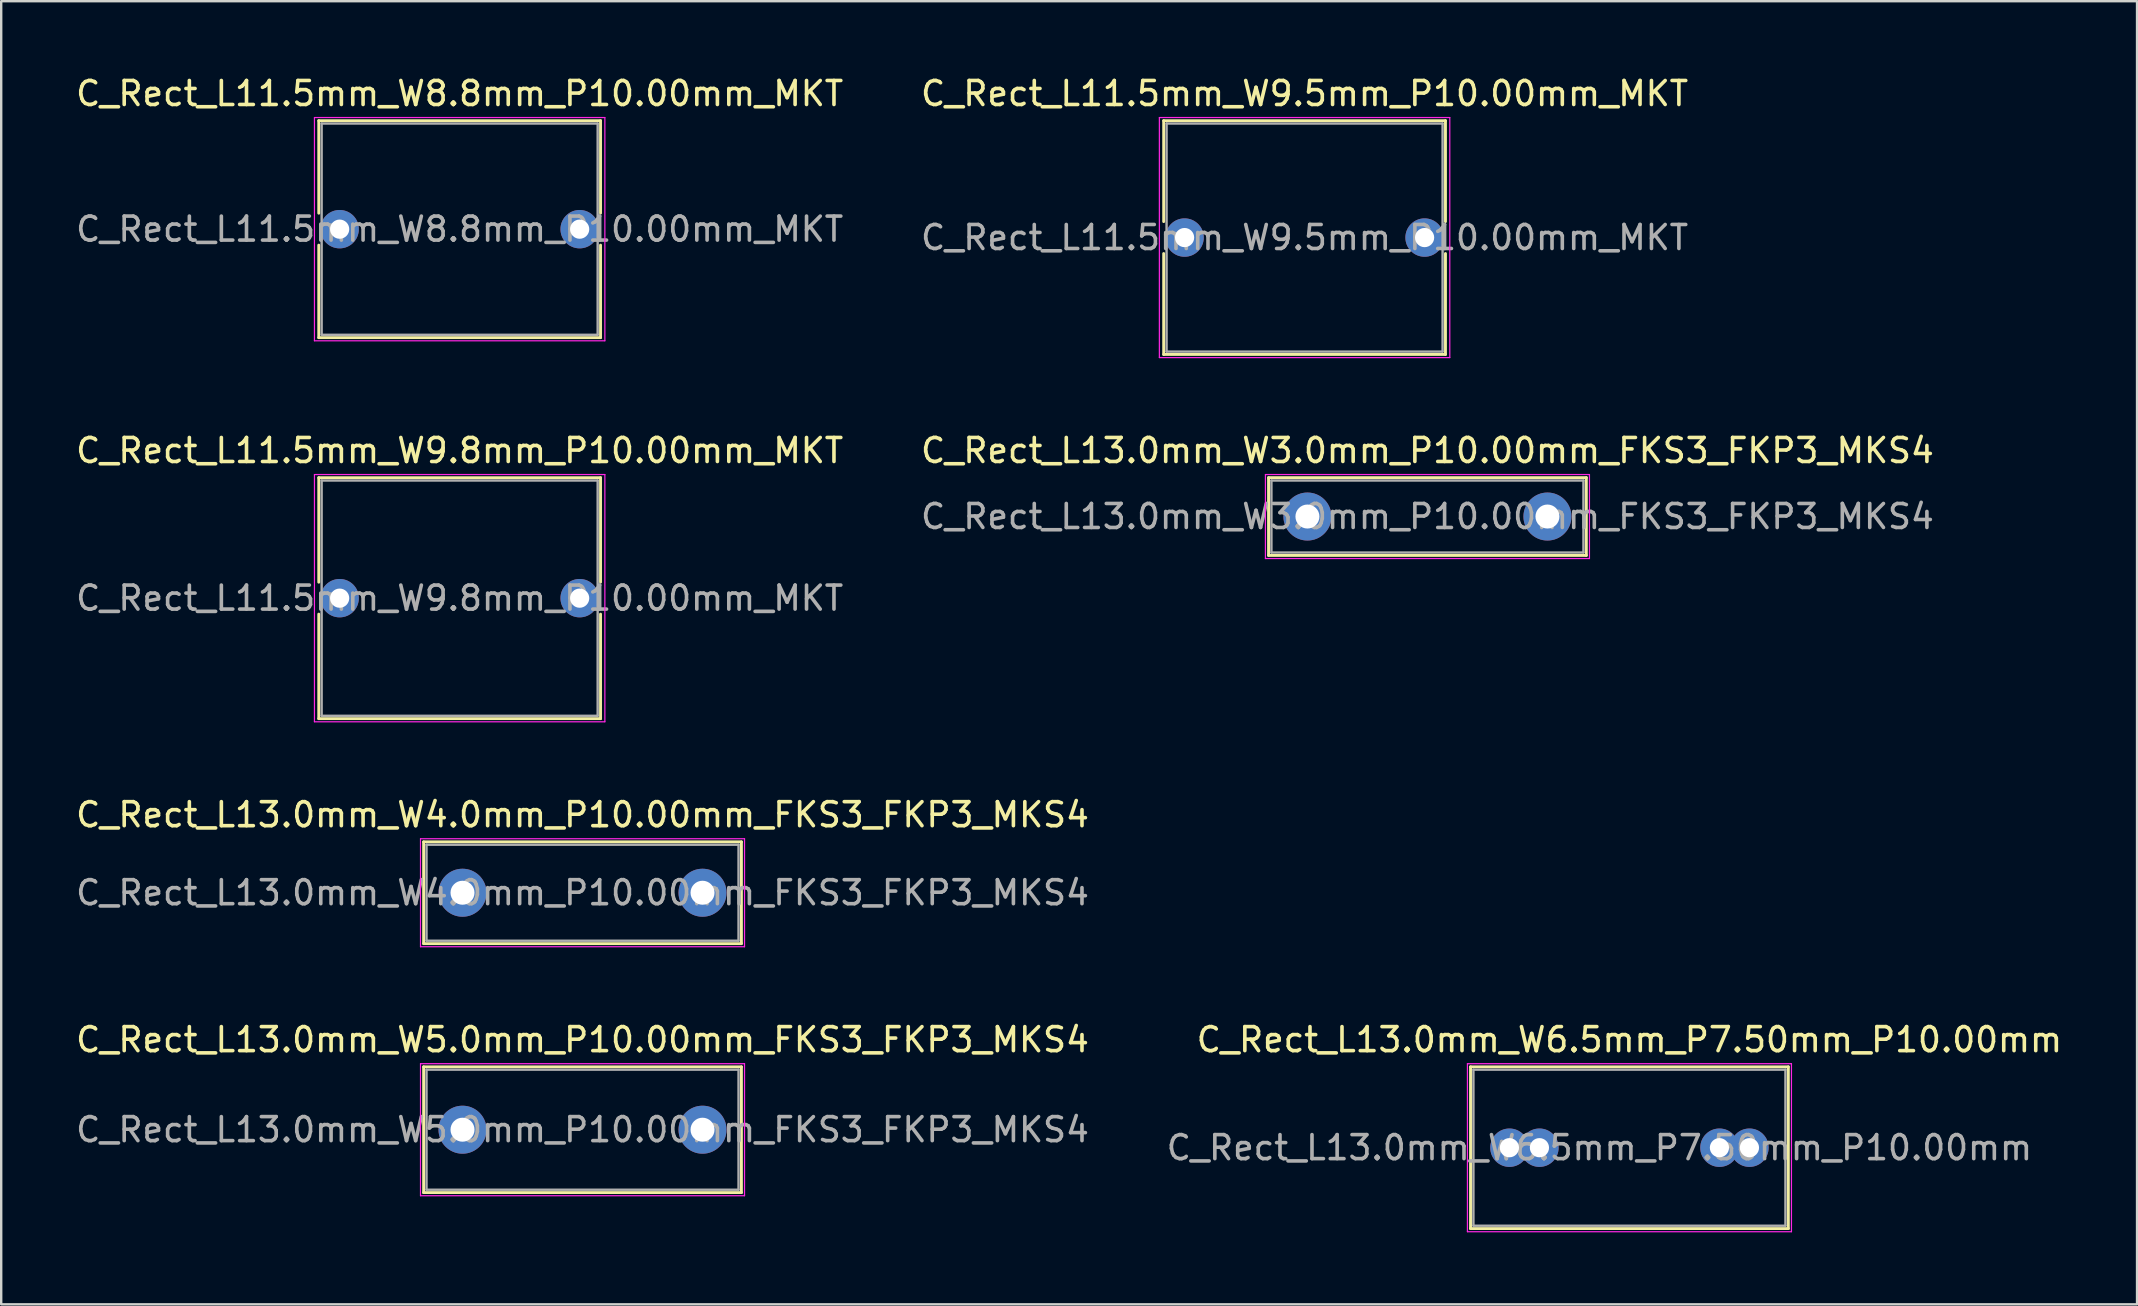
<source format=kicad_pcb>
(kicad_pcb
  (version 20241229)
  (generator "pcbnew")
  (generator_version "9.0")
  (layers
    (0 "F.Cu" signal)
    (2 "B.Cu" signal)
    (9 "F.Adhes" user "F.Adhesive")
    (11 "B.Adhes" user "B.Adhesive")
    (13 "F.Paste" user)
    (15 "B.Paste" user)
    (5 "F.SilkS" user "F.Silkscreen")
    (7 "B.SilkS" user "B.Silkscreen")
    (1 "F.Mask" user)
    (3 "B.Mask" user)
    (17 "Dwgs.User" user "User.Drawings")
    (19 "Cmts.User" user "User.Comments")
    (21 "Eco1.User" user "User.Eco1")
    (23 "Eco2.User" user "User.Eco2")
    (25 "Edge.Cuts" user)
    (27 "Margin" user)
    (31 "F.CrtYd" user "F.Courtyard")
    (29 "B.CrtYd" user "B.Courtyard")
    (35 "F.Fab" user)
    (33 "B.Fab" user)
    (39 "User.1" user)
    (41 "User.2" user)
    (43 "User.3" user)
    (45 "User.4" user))
  (footprint "C_Rect_L11.5mm_W9.5mm_P10.00mm_MKT"
    (layer "F.Cu")
    (at 46.304 6.848)
    (property "Reference" "C_Rect_L11.5mm_W9.5mm_P10.00mm_MKT" (at 5 -6 0) (layer "F.SilkS") (effects (font (size 1 1) (thickness 0.15))))
    (attr through_hole)
    (fp_line (start -0.87 -4.87) (end -0.87 -0.665) (stroke (width 0.12) (type solid)) (layer "F.SilkS"))
    (fp_line (start -0.87 -4.87) (end 10.87 -4.87) (stroke (width 0.12) (type solid)) (layer "F.SilkS"))
    (fp_line (start -0.87 0.665) (end -0.87 4.87) (stroke (width 0.12) (type solid)) (layer "F.SilkS"))
    (fp_line (start -0.87 4.87) (end 10.87 4.87) (stroke (width 0.12) (type solid)) (layer "F.SilkS"))
    (fp_line (start 10.87 -4.87) (end 10.87 -0.665) (stroke (width 0.12) (type solid)) (layer "F.SilkS"))
    (fp_line (start 10.87 0.665) (end 10.87 4.87) (stroke (width 0.12) (type solid)) (layer "F.SilkS"))
    (fp_line (start -1.05 -5) (end -1.05 5) (stroke (width 0.05) (type solid)) (layer "F.CrtYd"))
    (fp_line (start -1.05 5) (end 11.05 5) (stroke (width 0.05) (type solid)) (layer "F.CrtYd"))
    (fp_line (start 11.05 -5) (end -1.05 -5) (stroke (width 0.05) (type solid)) (layer "F.CrtYd"))
    (fp_line (start 11.05 5) (end 11.05 -5) (stroke (width 0.05) (type solid)) (layer "F.CrtYd"))
    (fp_line (start -0.75 -4.75) (end -0.75 4.75) (stroke (width 0.1) (type solid)) (layer "F.Fab"))
    (fp_line (start -0.75 4.75) (end 10.75 4.75) (stroke (width 0.1) (type solid)) (layer "F.Fab"))
    (fp_line (start 10.75 -4.75) (end -0.75 -4.75) (stroke (width 0.1) (type solid)) (layer "F.Fab"))
    (fp_line (start 10.75 4.75) (end 10.75 -4.75) (stroke (width 0.1) (type solid)) (layer "F.Fab"))
    (fp_text user "${REFERENCE}" (at 5 0 0) (layer "F.Fab") (effects (font (size 1 1) (thickness 0.15))))
    (pad "1" thru_hole circle (at 0 0) (size 1.6 1.6) (drill 0.8) (layers "*.Cu" "*.Mask"))
    (pad "2" thru_hole circle (at 10 0) (size 1.6 1.6) (drill 0.8) (layers "*.Cu" "*.Mask")))
  (footprint "C_Rect_L11.5mm_W8.8mm_P10.00mm_MKT"
    (layer "F.Cu")
    (at 11.101 6.498)
    (property "Reference" "C_Rect_L11.5mm_W8.8mm_P10.00mm_MKT" (at 5 -5.65 0) (layer "F.SilkS") (effects (font (size 1 1) (thickness 0.15))))
    (attr through_hole)
    (fp_line (start -0.87 -4.52) (end -0.87 -0.665) (stroke (width 0.12) (type solid)) (layer "F.SilkS"))
    (fp_line (start -0.87 -4.52) (end 10.87 -4.52) (stroke (width 0.12) (type solid)) (layer "F.SilkS"))
    (fp_line (start -0.87 0.665) (end -0.87 4.52) (stroke (width 0.12) (type solid)) (layer "F.SilkS"))
    (fp_line (start -0.87 4.52) (end 10.87 4.52) (stroke (width 0.12) (type solid)) (layer "F.SilkS"))
    (fp_line (start 10.87 -4.52) (end 10.87 -0.665) (stroke (width 0.12) (type solid)) (layer "F.SilkS"))
    (fp_line (start 10.87 0.665) (end 10.87 4.52) (stroke (width 0.12) (type solid)) (layer "F.SilkS"))
    (fp_line (start -1.05 -4.65) (end -1.05 4.65) (stroke (width 0.05) (type solid)) (layer "F.CrtYd"))
    (fp_line (start -1.05 4.65) (end 11.05 4.65) (stroke (width 0.05) (type solid)) (layer "F.CrtYd"))
    (fp_line (start 11.05 -4.65) (end -1.05 -4.65) (stroke (width 0.05) (type solid)) (layer "F.CrtYd"))
    (fp_line (start 11.05 4.65) (end 11.05 -4.65) (stroke (width 0.05) (type solid)) (layer "F.CrtYd"))
    (fp_line (start -0.75 -4.4) (end -0.75 4.4) (stroke (width 0.1) (type solid)) (layer "F.Fab"))
    (fp_line (start -0.75 4.4) (end 10.75 4.4) (stroke (width 0.1) (type solid)) (layer "F.Fab"))
    (fp_line (start 10.75 -4.4) (end -0.75 -4.4) (stroke (width 0.1) (type solid)) (layer "F.Fab"))
    (fp_line (start 10.75 4.4) (end 10.75 -4.4) (stroke (width 0.1) (type solid)) (layer "F.Fab"))
    (fp_text user "${REFERENCE}" (at 5 0 0) (layer "F.Fab") (effects (font (size 1 1) (thickness 0.15))))
    (pad "1" thru_hole circle (at 0 0) (size 1.6 1.6) (drill 0.8) (layers "*.Cu" "*.Mask"))
    (pad "2" thru_hole circle (at 10 0) (size 1.6 1.6) (drill 0.8) (layers "*.Cu" "*.Mask")))
  (footprint "C_Rect_L11.5mm_W9.8mm_P10.00mm_MKT"
    (layer "F.Cu")
    (at 11.101 21.872)
    (property "Reference" "C_Rect_L11.5mm_W9.8mm_P10.00mm_MKT" (at 5 -6.15 0) (layer "F.SilkS") (effects (font (size 1 1) (thickness 0.15))))
    (attr through_hole)
    (fp_line (start -0.87 -5.02) (end -0.87 -0.665) (stroke (width 0.12) (type solid)) (layer "F.SilkS"))
    (fp_line (start -0.87 -5.02) (end 10.87 -5.02) (stroke (width 0.12) (type solid)) (layer "F.SilkS"))
    (fp_line (start -0.87 0.665) (end -0.87 5.02) (stroke (width 0.12) (type solid)) (layer "F.SilkS"))
    (fp_line (start -0.87 5.02) (end 10.87 5.02) (stroke (width 0.12) (type solid)) (layer "F.SilkS"))
    (fp_line (start 10.87 -5.02) (end 10.87 -0.665) (stroke (width 0.12) (type solid)) (layer "F.SilkS"))
    (fp_line (start 10.87 0.665) (end 10.87 5.02) (stroke (width 0.12) (type solid)) (layer "F.SilkS"))
    (fp_line (start -1.05 -5.15) (end -1.05 5.15) (stroke (width 0.05) (type solid)) (layer "F.CrtYd"))
    (fp_line (start -1.05 5.15) (end 11.05 5.15) (stroke (width 0.05) (type solid)) (layer "F.CrtYd"))
    (fp_line (start 11.05 -5.15) (end -1.05 -5.15) (stroke (width 0.05) (type solid)) (layer "F.CrtYd"))
    (fp_line (start 11.05 5.15) (end 11.05 -5.15) (stroke (width 0.05) (type solid)) (layer "F.CrtYd"))
    (fp_line (start -0.75 -4.9) (end -0.75 4.9) (stroke (width 0.1) (type solid)) (layer "F.Fab"))
    (fp_line (start -0.75 4.9) (end 10.75 4.9) (stroke (width 0.1) (type solid)) (layer "F.Fab"))
    (fp_line (start 10.75 -4.9) (end -0.75 -4.9) (stroke (width 0.1) (type solid)) (layer "F.Fab"))
    (fp_line (start 10.75 4.9) (end 10.75 -4.9) (stroke (width 0.1) (type solid)) (layer "F.Fab"))
    (fp_text user "${REFERENCE}" (at 5 0 0) (layer "F.Fab") (effects (font (size 1 1) (thickness 0.15))))
    (pad "1" thru_hole circle (at 0 0) (size 1.6 1.6) (drill 0.8) (layers "*.Cu" "*.Mask"))
    (pad "2" thru_hole circle (at 10 0) (size 1.6 1.6) (drill 0.8) (layers "*.Cu" "*.Mask")))
  (footprint "C_Rect_L13.0mm_W5.0mm_P10.00mm_FKS3_FKP3_MKS4"
    (layer "F.Cu")
    (at 16.22 44.018)
    (property "Reference" "C_Rect_L13.0mm_W5.0mm_P10.00mm_FKS3_FKP3_MKS4" (at 5 -3.75 0) (layer "F.SilkS") (effects (font (size 1 1) (thickness 0.15))))
    (attr through_hole)
    (fp_line (start -1.62 -2.62) (end -1.62 2.62) (stroke (width 0.12) (type solid)) (layer "F.SilkS"))
    (fp_line (start -1.62 -2.62) (end 11.62 -2.62) (stroke (width 0.12) (type solid)) (layer "F.SilkS"))
    (fp_line (start -1.62 2.62) (end 11.62 2.62) (stroke (width 0.12) (type solid)) (layer "F.SilkS"))
    (fp_line (start 11.62 -2.62) (end 11.62 2.62) (stroke (width 0.12) (type solid)) (layer "F.SilkS"))
    (fp_line (start -1.75 -2.75) (end -1.75 2.75) (stroke (width 0.05) (type solid)) (layer "F.CrtYd"))
    (fp_line (start -1.75 2.75) (end 11.75 2.75) (stroke (width 0.05) (type solid)) (layer "F.CrtYd"))
    (fp_line (start 11.75 -2.75) (end -1.75 -2.75) (stroke (width 0.05) (type solid)) (layer "F.CrtYd"))
    (fp_line (start 11.75 2.75) (end 11.75 -2.75) (stroke (width 0.05) (type solid)) (layer "F.CrtYd"))
    (fp_line (start -1.5 -2.5) (end -1.5 2.5) (stroke (width 0.1) (type solid)) (layer "F.Fab"))
    (fp_line (start -1.5 2.5) (end 11.5 2.5) (stroke (width 0.1) (type solid)) (layer "F.Fab"))
    (fp_line (start 11.5 -2.5) (end -1.5 -2.5) (stroke (width 0.1) (type solid)) (layer "F.Fab"))
    (fp_line (start 11.5 2.5) (end 11.5 -2.5) (stroke (width 0.1) (type solid)) (layer "F.Fab"))
    (fp_text user "${REFERENCE}" (at 5 0 0) (layer "F.Fab") (effects (font (size 1 1) (thickness 0.15))))
    (pad "1" thru_hole circle (at 0 0) (size 2 2) (drill 1) (layers "*.Cu" "*.Mask"))
    (pad "2" thru_hole circle (at 10 0) (size 2 2) (drill 1) (layers "*.Cu" "*.Mask")))
  (footprint "C_Rect_L13.0mm_W4.0mm_P10.00mm_FKS3_FKP3_MKS4"
    (layer "F.Cu")
    (at 16.22 34.145)
    (property "Reference" "C_Rect_L13.0mm_W4.0mm_P10.00mm_FKS3_FKP3_MKS4" (at 5 -3.25 0) (layer "F.SilkS") (effects (font (size 1 1) (thickness 0.15))))
    (attr through_hole)
    (fp_line (start -1.62 -2.12) (end -1.62 2.12) (stroke (width 0.12) (type solid)) (layer "F.SilkS"))
    (fp_line (start -1.62 -2.12) (end 11.62 -2.12) (stroke (width 0.12) (type solid)) (layer "F.SilkS"))
    (fp_line (start -1.62 2.12) (end 11.62 2.12) (stroke (width 0.12) (type solid)) (layer "F.SilkS"))
    (fp_line (start 11.62 -2.12) (end 11.62 2.12) (stroke (width 0.12) (type solid)) (layer "F.SilkS"))
    (fp_line (start -1.75 -2.25) (end -1.75 2.25) (stroke (width 0.05) (type solid)) (layer "F.CrtYd"))
    (fp_line (start -1.75 2.25) (end 11.75 2.25) (stroke (width 0.05) (type solid)) (layer "F.CrtYd"))
    (fp_line (start 11.75 -2.25) (end -1.75 -2.25) (stroke (width 0.05) (type solid)) (layer "F.CrtYd"))
    (fp_line (start 11.75 2.25) (end 11.75 -2.25) (stroke (width 0.05) (type solid)) (layer "F.CrtYd"))
    (fp_line (start -1.5 -2) (end -1.5 2) (stroke (width 0.1) (type solid)) (layer "F.Fab"))
    (fp_line (start -1.5 2) (end 11.5 2) (stroke (width 0.1) (type solid)) (layer "F.Fab"))
    (fp_line (start 11.5 -2) (end -1.5 -2) (stroke (width 0.1) (type solid)) (layer "F.Fab"))
    (fp_line (start 11.5 2) (end 11.5 -2) (stroke (width 0.1) (type solid)) (layer "F.Fab"))
    (fp_text user "${REFERENCE}" (at 5 0 0) (layer "F.Fab") (effects (font (size 1 1) (thickness 0.15))))
    (pad "1" thru_hole circle (at 0 0) (size 2 2) (drill 1) (layers "*.Cu" "*.Mask"))
    (pad "2" thru_hole circle (at 10 0) (size 2 2) (drill 1) (layers "*.Cu" "*.Mask")))
  (footprint "C_Rect_L13.0mm_W6.5mm_P7.50mm_P10.00mm"
    (layer "F.Cu")
    (at 59.839 44.768)
    (property "Reference" "C_Rect_L13.0mm_W6.5mm_P7.50mm_P10.00mm" (at 5 -4.5 0) (layer "F.SilkS") (effects (font (size 1 1) (thickness 0.15))))
    (attr through_hole)
    (fp_line (start -1.62 -3.37) (end -1.62 3.37) (stroke (width 0.12) (type solid)) (layer "F.SilkS"))
    (fp_line (start -1.62 -3.37) (end 11.62 -3.37) (stroke (width 0.12) (type solid)) (layer "F.SilkS"))
    (fp_line (start -1.62 3.37) (end 11.62 3.37) (stroke (width 0.12) (type solid)) (layer "F.SilkS"))
    (fp_line (start 11.62 -3.37) (end 11.62 3.37) (stroke (width 0.12) (type solid)) (layer "F.SilkS"))
    (fp_line (start -1.75 -3.5) (end -1.75 3.5) (stroke (width 0.05) (type solid)) (layer "F.CrtYd"))
    (fp_line (start -1.75 3.5) (end 11.75 3.5) (stroke (width 0.05) (type solid)) (layer "F.CrtYd"))
    (fp_line (start 11.75 -3.5) (end -1.75 -3.5) (stroke (width 0.05) (type solid)) (layer "F.CrtYd"))
    (fp_line (start 11.75 3.5) (end 11.75 -3.5) (stroke (width 0.05) (type solid)) (layer "F.CrtYd"))
    (fp_line (start -1.5 -3.25) (end -1.5 3.25) (stroke (width 0.1) (type solid)) (layer "F.Fab"))
    (fp_line (start -1.5 3.25) (end 11.5 3.25) (stroke (width 0.1) (type solid)) (layer "F.Fab"))
    (fp_line (start 11.5 -3.25) (end -1.5 -3.25) (stroke (width 0.1) (type solid)) (layer "F.Fab"))
    (fp_line (start 11.5 3.25) (end 11.5 -3.25) (stroke (width 0.1) (type solid)) (layer "F.Fab"))
    (fp_text user "${REFERENCE}" (at 3.75 0 0) (layer "F.Fab") (effects (font (size 1 1) (thickness 0.15))))
    (pad "1" thru_hole circle (at 0 0) (size 1.6 1.6) (drill 0.8) (layers "*.Cu" "*.Mask"))
    (pad "1" thru_hole circle (at 1.25 0) (size 1.6 1.6) (drill 0.8) (layers "*.Cu" "*.Mask"))
    (pad "2" thru_hole circle (at 8.75 0) (size 1.6 1.6) (drill 0.8) (layers "*.Cu" "*.Mask"))
    (pad "2" thru_hole circle (at 10 0) (size 1.6 1.6) (drill 0.8) (layers "*.Cu" "*.Mask")))
  (footprint "C_Rect_L13.0mm_W3.0mm_P10.00mm_FKS3_FKP3_MKS4"
    (layer "F.Cu")
    (at 51.423 18.471)
    (property "Reference" "C_Rect_L13.0mm_W3.0mm_P10.00mm_FKS3_FKP3_MKS4" (at 5 -2.75 0) (layer "F.SilkS") (effects (font (size 1 1) (thickness 0.15))))
    (attr through_hole)
    (fp_line (start -1.62 -1.62) (end -1.62 1.62) (stroke (width 0.12) (type solid)) (layer "F.SilkS"))
    (fp_line (start -1.62 -1.62) (end 11.62 -1.62) (stroke (width 0.12) (type solid)) (layer "F.SilkS"))
    (fp_line (start -1.62 1.62) (end 11.62 1.62) (stroke (width 0.12) (type solid)) (layer "F.SilkS"))
    (fp_line (start 11.62 -1.62) (end 11.62 1.62) (stroke (width 0.12) (type solid)) (layer "F.SilkS"))
    (fp_line (start -1.75 -1.75) (end -1.75 1.75) (stroke (width 0.05) (type solid)) (layer "F.CrtYd"))
    (fp_line (start -1.75 1.75) (end 11.75 1.75) (stroke (width 0.05) (type solid)) (layer "F.CrtYd"))
    (fp_line (start 11.75 -1.75) (end -1.75 -1.75) (stroke (width 0.05) (type solid)) (layer "F.CrtYd"))
    (fp_line (start 11.75 1.75) (end 11.75 -1.75) (stroke (width 0.05) (type solid)) (layer "F.CrtYd"))
    (fp_line (start -1.5 -1.5) (end -1.5 1.5) (stroke (width 0.1) (type solid)) (layer "F.Fab"))
    (fp_line (start -1.5 1.5) (end 11.5 1.5) (stroke (width 0.1) (type solid)) (layer "F.Fab"))
    (fp_line (start 11.5 -1.5) (end -1.5 -1.5) (stroke (width 0.1) (type solid)) (layer "F.Fab"))
    (fp_line (start 11.5 1.5) (end 11.5 -1.5) (stroke (width 0.1) (type solid)) (layer "F.Fab"))
    (fp_text user "${REFERENCE}" (at 5 0 0) (layer "F.Fab") (effects (font (size 1 1) (thickness 0.15))))
    (pad "1" thru_hole circle (at 0 0) (size 2 2) (drill 1) (layers "*.Cu" "*.Mask"))
    (pad "2" thru_hole circle (at 10 0) (size 2 2) (drill 1) (layers "*.Cu" "*.Mask")))
  (gr_rect
    (start -3 -3)
    (end 85.988 51.293)
    (stroke (width 0.1) (type default))
    (fill no)
    (layer "Edge.Cuts")))
</source>
